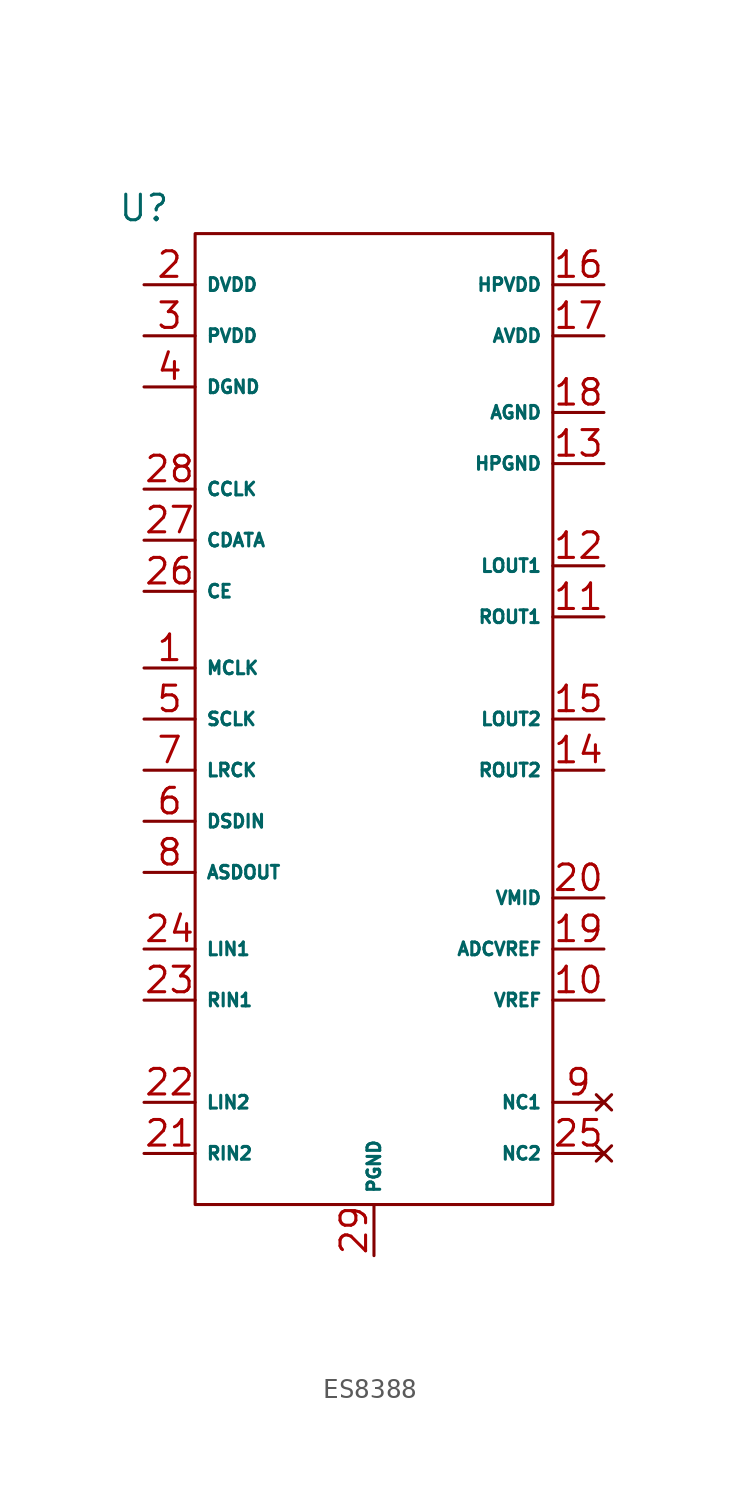
<source format=kicad_sym>
(kicad_symbol_lib
  (version 20231120)
  (generator "kicad_symbol_editor")
  (generator_version "8.0")
  (symbol "ES8388"
    (property "Reference" "U"
      (at 0 0 0)
      (effects (font (size 1.27 1.27))))
    (property "Value" ""
      (at 0 0 0)
      (effects (font (size 1.27 1.27))))
    (symbol "ES8388_0_1"
      (rectangle (start 2.54 -1.27) (end 20.32 -49.53) (stroke (width 0) (type default)) (fill (type none))))
    (symbol "ES8388_1_1"
      (pin power_in line (at 0 -22.86 0) (length 2.54) (name "MCLK" (effects (font (size 0.635 0.635)))) (number "1" (effects (font (size 1.27 1.27)))))
      (pin input line (at 22.86 -39.37 180) (length 2.54) (name "VREF" (effects (font (size 0.635 0.635)))) (number "10" (effects (font (size 1.27 1.27)))))
      (pin output line (at 22.86 -20.32 180) (length 2.54) (name "ROUT1" (effects (font (size 0.635 0.635)))) (number "11" (effects (font (size 1.27 1.27)))))
      (pin output line (at 22.86 -17.78 180) (length 2.54) (name "LOUT1" (effects (font (size 0.635 0.635)))) (number "12" (effects (font (size 1.27 1.27)))))
      (pin power_in line (at 22.86 -12.7 180) (length 2.54) (name "HPGND" (effects (font (size 0.635 0.635)))) (number "13" (effects (font (size 1.27 1.27)))))
      (pin output line (at 22.86 -27.94 180) (length 2.54) (name "ROUT2" (effects (font (size 0.635 0.635)))) (number "14" (effects (font (size 1.27 1.27)))))
      (pin output line (at 22.86 -25.4 180) (length 2.54) (name "LOUT2" (effects (font (size 0.635 0.635)))) (number "15" (effects (font (size 1.27 1.27)))))
      (pin power_in line (at 22.86 -3.81 180) (length 2.54) (name "HPVDD" (effects (font (size 0.635 0.635)))) (number "16" (effects (font (size 1.27 1.27)))))
      (pin power_in line (at 22.86 -6.35 180) (length 2.54) (name "AVDD" (effects (font (size 0.635 0.635)))) (number "17" (effects (font (size 1.27 1.27)))))
      (pin power_in line (at 22.86 -10.16 180) (length 2.54) (name "AGND" (effects (font (size 0.635 0.635)))) (number "18" (effects (font (size 1.27 1.27)))))
      (pin input line (at 22.86 -36.83 180) (length 2.54) (name "ADCVREF" (effects (font (size 0.635 0.635)))) (number "19" (effects (font (size 1.27 1.27)))))
      (pin power_in line (at 0 -3.81 0) (length 2.54) (name "DVDD" (effects (font (size 0.635 0.635)))) (number "2" (effects (font (size 1.27 1.27)))))
      (pin input line (at 22.86 -34.29 180) (length 2.54) (name "VMID" (effects (font (size 0.635 0.635)))) (number "20" (effects (font (size 1.27 1.27)))))
      (pin input line (at 0 -46.99 0) (length 2.54) (name "RIN2" (effects (font (size 0.635 0.635)))) (number "21" (effects (font (size 1.27 1.27)))))
      (pin input line (at 0 -44.45 0) (length 2.54) (name "LIN2" (effects (font (size 0.635 0.635)))) (number "22" (effects (font (size 1.27 1.27)))))
      (pin input line (at 0 -39.37 0) (length 2.54) (name "RIN1" (effects (font (size 0.635 0.635)))) (number "23" (effects (font (size 1.27 1.27)))))
      (pin input line (at 0 -36.83 0) (length 2.54) (name "LIN1" (effects (font (size 0.635 0.635)))) (number "24" (effects (font (size 1.27 1.27)))))
      (pin no_connect line (at 22.86 -46.99 180) (length 2.54) (name "NC2" (effects (font (size 0.635 0.635)))) (number "25" (effects (font (size 1.27 1.27)))))
      (pin power_in line (at 0 -19.05 0) (length 2.54) (name "CE" (effects (font (size 0.635 0.635)))) (number "26" (effects (font (size 1.27 1.27)))))
      (pin power_in line (at 0 -16.51 0) (length 2.54) (name "CDATA" (effects (font (size 0.635 0.635)))) (number "27" (effects (font (size 1.27 1.27)))))
      (pin power_in line (at 0 -13.97 0) (length 2.54) (name "CCLK" (effects (font (size 0.635 0.635)))) (number "28" (effects (font (size 1.27 1.27)))))
      (pin power_in line (at 11.43 -52.07 90) (length 2.54) (name "PGND" (effects (font (size 0.635 0.635)))) (number "29" (effects (font (size 1.27 1.27)))))
      (pin power_in line (at 0 -6.35 0) (length 2.54) (name "PVDD" (effects (font (size 0.635 0.635)))) (number "3" (effects (font (size 1.27 1.27)))))
      (pin power_in line (at 0 -8.89 0) (length 2.54) (name "DGND" (effects (font (size 0.635 0.635)))) (number "4" (effects (font (size 1.27 1.27)))))
      (pin power_in line (at 0 -25.4 0) (length 2.54) (name "SCLK" (effects (font (size 0.635 0.635)))) (number "5" (effects (font (size 1.27 1.27)))))
      (pin power_in line (at 0 -30.48 0) (length 2.54) (name "DSDIN" (effects (font (size 0.635 0.635)))) (number "6" (effects (font (size 1.27 1.27)))))
      (pin power_in line (at 0 -27.94 0) (length 2.54) (name "LRCK" (effects (font (size 0.635 0.635)))) (number "7" (effects (font (size 1.27 1.27)))))
      (pin power_in line (at 0 -33.02 0) (length 2.54) (name "ASDOUT" (effects (font (size 0.635 0.635)))) (number "8" (effects (font (size 1.27 1.27)))))
      (pin no_connect line (at 22.86 -44.45 180) (length 2.54) (name "NC1" (effects (font (size 0.635 0.635)))) (number "9" (effects (font (size 1.27 1.27))))))))
</source>
